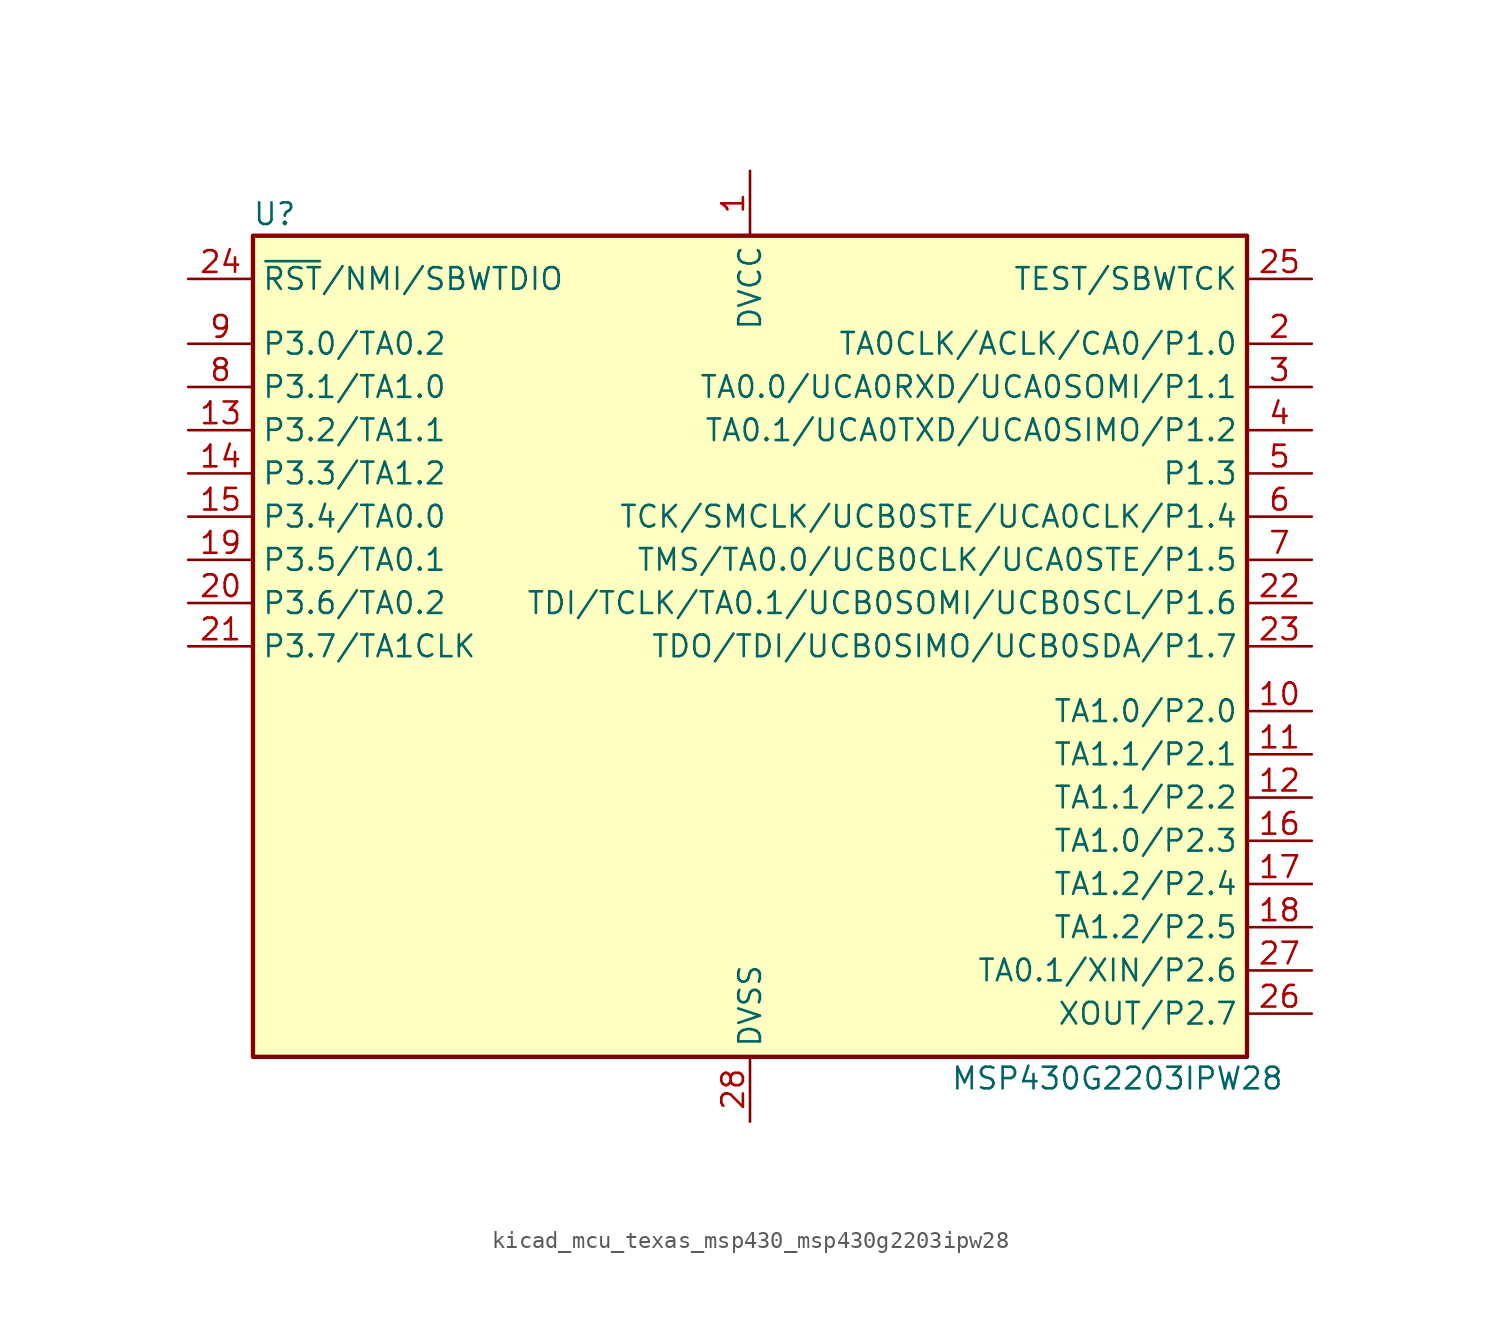
<source format=kicad_sym>
(kicad_symbol_lib
  (version 20220914)
  (generator kicad_symbol_editor)
  (symbol "kicad_mcu_texas_msp430_msp430g2203ipw28"
    (property "Reference" "U"
      (at -27.94 25.4 0)
      (effects (font (size 1.27 1.27))))
    (property "Value" "MSP430G2203IPW28"
      (at 21.59 -25.4 0)
      (effects (font (size 1.27 1.27))))
    (symbol "kicad_mcu_texas_msp430_msp430g2203ipw28_0_1"
      (rectangle (start -29.21 24.13) (end 29.21 -24.13) (stroke (width 0.254) (type default)) (fill (type background))))
    (symbol "kicad_mcu_texas_msp430_msp430g2203ipw28_1_1"
      (pin power_in line (at 0 27.94 270) (length 3.81) (name "DVCC" (effects (font (size 1.27 1.27)))) (number "1" (effects (font (size 1.27 1.27)))))
      (pin bidirectional line (at 33.02 -3.81 180) (length 3.81) (name "TA1.0/P2.0" (effects (font (size 1.27 1.27)))) (number "10" (effects (font (size 1.27 1.27)))))
      (pin bidirectional line (at 33.02 -6.35 180) (length 3.81) (name "TA1.1/P2.1" (effects (font (size 1.27 1.27)))) (number "11" (effects (font (size 1.27 1.27)))))
      (pin bidirectional line (at 33.02 -8.89 180) (length 3.81) (name "TA1.1/P2.2" (effects (font (size 1.27 1.27)))) (number "12" (effects (font (size 1.27 1.27)))))
      (pin bidirectional line (at -33.02 12.7 0) (length 3.81) (name "P3.2/TA1.1" (effects (font (size 1.27 1.27)))) (number "13" (effects (font (size 1.27 1.27)))))
      (pin bidirectional line (at -33.02 10.16 0) (length 3.81) (name "P3.3/TA1.2" (effects (font (size 1.27 1.27)))) (number "14" (effects (font (size 1.27 1.27)))))
      (pin bidirectional line (at -33.02 7.62 0) (length 3.81) (name "P3.4/TA0.0" (effects (font (size 1.27 1.27)))) (number "15" (effects (font (size 1.27 1.27)))))
      (pin bidirectional line (at 33.02 -11.43 180) (length 3.81) (name "TA1.0/P2.3" (effects (font (size 1.27 1.27)))) (number "16" (effects (font (size 1.27 1.27)))))
      (pin bidirectional line (at 33.02 -13.97 180) (length 3.81) (name "TA1.2/P2.4" (effects (font (size 1.27 1.27)))) (number "17" (effects (font (size 1.27 1.27)))))
      (pin bidirectional line (at 33.02 -16.51 180) (length 3.81) (name "TA1.2/P2.5" (effects (font (size 1.27 1.27)))) (number "18" (effects (font (size 1.27 1.27)))))
      (pin bidirectional line (at -33.02 5.08 0) (length 3.81) (name "P3.5/TA0.1" (effects (font (size 1.27 1.27)))) (number "19" (effects (font (size 1.27 1.27)))))
      (pin bidirectional line (at 33.02 17.78 180) (length 3.81) (name "TA0CLK/ACLK/CA0/P1.0" (effects (font (size 1.27 1.27)))) (number "2" (effects (font (size 1.27 1.27)))))
      (pin bidirectional line (at -33.02 2.54 0) (length 3.81) (name "P3.6/TA0.2" (effects (font (size 1.27 1.27)))) (number "20" (effects (font (size 1.27 1.27)))))
      (pin bidirectional line (at -33.02 0 0) (length 3.81) (name "P3.7/TA1CLK" (effects (font (size 1.27 1.27)))) (number "21" (effects (font (size 1.27 1.27)))))
      (pin bidirectional line (at 33.02 2.54 180) (length 3.81) (name "TDI/TCLK/TA0.1/UCB0SOMI/UCB0SCL/P1.6" (effects (font (size 1.27 1.27)))) (number "22" (effects (font (size 1.27 1.27)))))
      (pin bidirectional line (at 33.02 0 180) (length 3.81) (name "TDO/TDI/UCB0SIMO/UCB0SDA/P1.7" (effects (font (size 1.27 1.27)))) (number "23" (effects (font (size 1.27 1.27)))))
      (pin input line (at -33.02 21.59 0) (length 3.81) (name "~{RST}/NMI/SBWTDIO" (effects (font (size 1.27 1.27)))) (number "24" (effects (font (size 1.27 1.27)))))
      (pin input line (at 33.02 21.59 180) (length 3.81) (name "TEST/SBWTCK" (effects (font (size 1.27 1.27)))) (number "25" (effects (font (size 1.27 1.27)))))
      (pin bidirectional line (at 33.02 -21.59 180) (length 3.81) (name "XOUT/P2.7" (effects (font (size 1.27 1.27)))) (number "26" (effects (font (size 1.27 1.27)))))
      (pin bidirectional line (at 33.02 -19.05 180) (length 3.81) (name "TA0.1/XIN/P2.6" (effects (font (size 1.27 1.27)))) (number "27" (effects (font (size 1.27 1.27)))))
      (pin power_in line (at 0 -27.94 90) (length 3.81) (name "DVSS" (effects (font (size 1.27 1.27)))) (number "28" (effects (font (size 1.27 1.27)))))
      (pin bidirectional line (at 33.02 15.24 180) (length 3.81) (name "TA0.0/UCA0RXD/UCA0SOMI/P1.1" (effects (font (size 1.27 1.27)))) (number "3" (effects (font (size 1.27 1.27)))))
      (pin bidirectional line (at 33.02 12.7 180) (length 3.81) (name "TA0.1/UCA0TXD/UCA0SIMO/P1.2" (effects (font (size 1.27 1.27)))) (number "4" (effects (font (size 1.27 1.27)))))
      (pin bidirectional line (at 33.02 10.16 180) (length 3.81) (name "P1.3" (effects (font (size 1.27 1.27)))) (number "5" (effects (font (size 1.27 1.27)))))
      (pin bidirectional line (at 33.02 7.62 180) (length 3.81) (name "TCK/SMCLK/UCB0STE/UCA0CLK/P1.4" (effects (font (size 1.27 1.27)))) (number "6" (effects (font (size 1.27 1.27)))))
      (pin bidirectional line (at 33.02 5.08 180) (length 3.81) (name "TMS/TA0.0/UCB0CLK/UCA0STE/P1.5" (effects (font (size 1.27 1.27)))) (number "7" (effects (font (size 1.27 1.27)))))
      (pin bidirectional line (at -33.02 15.24 0) (length 3.81) (name "P3.1/TA1.0" (effects (font (size 1.27 1.27)))) (number "8" (effects (font (size 1.27 1.27)))))
      (pin bidirectional line (at -33.02 17.78 0) (length 3.81) (name "P3.0/TA0.2" (effects (font (size 1.27 1.27)))) (number "9" (effects (font (size 1.27 1.27))))))))
</source>
